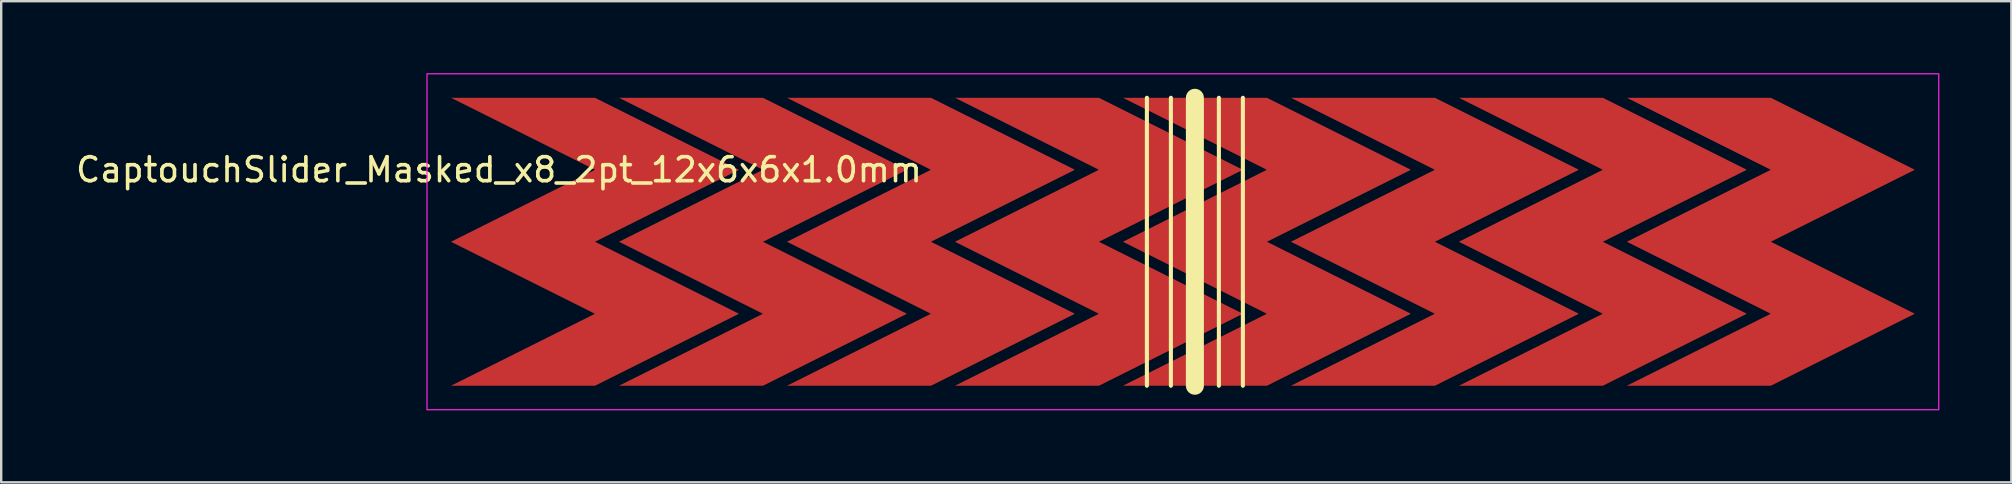
<source format=kicad_pcb>
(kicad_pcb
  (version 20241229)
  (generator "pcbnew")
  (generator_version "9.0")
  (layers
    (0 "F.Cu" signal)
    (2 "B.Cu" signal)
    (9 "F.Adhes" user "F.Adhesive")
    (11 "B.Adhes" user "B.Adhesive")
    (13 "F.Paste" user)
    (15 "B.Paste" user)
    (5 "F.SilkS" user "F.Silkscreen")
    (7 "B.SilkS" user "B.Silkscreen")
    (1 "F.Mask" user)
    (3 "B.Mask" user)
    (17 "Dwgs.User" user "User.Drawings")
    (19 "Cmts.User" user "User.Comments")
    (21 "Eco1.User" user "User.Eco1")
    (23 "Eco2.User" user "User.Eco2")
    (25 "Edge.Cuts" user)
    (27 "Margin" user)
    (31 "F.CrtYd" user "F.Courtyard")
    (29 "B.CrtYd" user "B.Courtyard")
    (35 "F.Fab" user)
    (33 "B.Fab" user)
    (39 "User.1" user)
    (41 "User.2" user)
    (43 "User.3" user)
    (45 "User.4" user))
  (footprint "CaptouchSlider_Masked_x8_2pt_12x6x6x1.0mm"
    (layer "F.Cu")
    (at 15.744 9.025)
    (property "Reference" "CaptouchSlider_Masked_x8_2pt_12x6x6x1.0mm" (at 2 -5 0) (layer "F.SilkS") (effects (font (size 1 1) (thickness 0.15))))
    (attr exclude_from_pos_files exclude_from_bom)
    (fp_line (start 29 4) (end 29 -8) (stroke (width 0.17) (type solid)) (layer "F.SilkS"))
    (fp_line (start 30 4) (end 30 -8) (stroke (width 0.17) (type solid)) (layer "F.SilkS"))
    (fp_line (start 31 4) (end 31 -8) (stroke (width 0.75) (type solid)) (layer "F.SilkS"))
    (fp_line (start 32 4) (end 32 -8) (stroke (width 0.17) (type solid)) (layer "F.SilkS"))
    (fp_line (start 33 4) (end 33 -8) (stroke (width 0.17) (type solid)) (layer "F.SilkS"))
    (fp_rect (start -1 -9) (end 62 5) (stroke (width 0.05) (type solid)) (fill no) (layer "F.CrtYd"))
    (pad "1" smd custom (at 11.5 -2) (size 1.8 1.8) (layers "F.Cu") (options (anchor circle)) (primitives (gr_poly (pts (xy 7.5 -3) (xy 1.5 0) (xy 7.5 3) (xy 1.5 6) (xy -4.5 6) (xy 1.5 3) (xy -4.5 0) (xy 1.5 -3) (xy -4.5 -6) (xy 1.5 -6)) (width 0) (fill yes))))
    (pad "2" smd custom (at 18.5 -2) (size 1.8 1.8) (layers "F.Cu") (options (anchor circle)) (primitives (gr_poly (pts (xy 7.5 -3) (xy 1.5 0) (xy 7.5 3) (xy 1.5 6) (xy -4.5 6) (xy 1.5 3) (xy -4.5 0) (xy 1.5 -3) (xy -4.5 -6) (xy 1.5 -6)) (width 0) (fill yes))))
    (pad "3" smd custom (at 25.5 -2) (size 1.8 1.8) (layers "F.Cu") (options (anchor circle)) (primitives (gr_poly (pts (xy 7.5 -3) (xy 1.5 0) (xy 7.5 3) (xy 1.5 6) (xy -4.5 6) (xy 1.5 3) (xy -4.5 0) (xy 1.5 -3) (xy -4.5 -6) (xy 1.5 -6)) (width 0) (fill yes))))
    (pad "4" smd custom (at 32.5 -2) (size 1.8 1.8) (layers "F.Cu") (options (anchor circle)) (primitives (gr_poly (pts (xy 7.5 -3) (xy 1.5 0) (xy 7.5 3) (xy 1.5 6) (xy -4.5 6) (xy 1.5 3) (xy -4.5 0) (xy 1.5 -3) (xy -4.5 -6) (xy 1.5 -6)) (width 0) (fill yes))))
    (pad "5" smd custom (at 39.5 -2) (size 1.8 1.8) (layers "F.Cu") (options (anchor circle)) (primitives (gr_poly (pts (xy 7.5 -3) (xy 1.5 0) (xy 7.5 3) (xy 1.5 6) (xy -4.5 6) (xy 1.5 3) (xy -4.5 0) (xy 1.5 -3) (xy -4.5 -6) (xy 1.5 -6)) (width 0) (fill yes))))
    (pad "6" smd custom (at 46.5 -2) (size 1.8 1.8) (layers "F.Cu") (options (anchor circle)) (primitives (gr_poly (pts (xy 7.5 -3) (xy 1.5 0) (xy 7.5 3) (xy 1.5 6) (xy -4.5 6) (xy 1.5 3) (xy -4.5 0) (xy 1.5 -3) (xy -4.5 -6) (xy 1.5 -6)) (width 0) (fill yes))))
    (pad "7" smd custom (at 53.5 -2) (size 1.8 1.8) (layers "F.Cu") (options (anchor circle)) (primitives (gr_poly (pts (xy 7.5 -3) (xy 1.5 0) (xy 7.5 3) (xy 1.5 6) (xy -4.5 6) (xy 1.5 3) (xy -4.5 0) (xy 1.5 -3) (xy -4.5 -6) (xy 1.5 -6)) (width 0) (fill yes))))
    (pad "8" smd custom (at 4.5 -2) (size 1.8 1.8) (layers "F.Cu") (options (anchor circle)) (primitives (gr_poly (pts (xy 7.5 -3) (xy 1.5 0) (xy 7.5 3) (xy 1.5 6) (xy -4.5 6) (xy 1.5 3) (xy -4.5 0) (xy 1.5 -3) (xy -4.5 -6) (xy 1.5 -6)) (width 0) (fill yes))))
    (zone (net_name "") (layers "F.Cu" "B.Cu") (hatch edge 0.508) (connect_pads) (min_thickness 0.254) (filled_areas_thickness no) (keepout (tracks not_allowed) (vias not_allowed) (pads not_allowed) (copperpour not_allowed) (footprints not_allowed)) (placement (enabled no)) (fill) (polygon (pts (xy 21.744 4.025) (xy 15.744 7.025) (xy 21.744 10.025) (xy 15.744 13.025) (xy 14.744 13.025) (xy 20.744 10.025) (xy 14.744 7.025) (xy 20.744 4.025) (xy 14.744 1.025) (xy 15.744 1.025))))
    (zone (net_name "") (layers "F.Cu" "B.Cu") (hatch edge 0.508) (connect_pads) (min_thickness 0.254) (filled_areas_thickness no) (keepout (tracks not_allowed) (vias not_allowed) (pads not_allowed) (copperpour not_allowed) (footprints not_allowed)) (placement (enabled no)) (fill) (polygon (pts (xy 28.744 4.025) (xy 22.744 7.025) (xy 28.744 10.025) (xy 22.744 13.025) (xy 21.744 13.025) (xy 27.744 10.025) (xy 21.744 7.025) (xy 27.744 4.025) (xy 21.744 1.025) (xy 22.744 1.025))))
    (zone (net_name "") (layers "F.Cu" "B.Cu") (hatch edge 0.508) (connect_pads) (min_thickness 0.254) (filled_areas_thickness no) (keepout (tracks not_allowed) (vias not_allowed) (pads not_allowed) (copperpour not_allowed) (footprints not_allowed)) (placement (enabled no)) (fill) (polygon (pts (xy 35.744 4.025) (xy 29.744 7.025) (xy 35.744 10.025) (xy 29.744 13.025) (xy 28.744 13.025) (xy 34.744 10.025) (xy 28.744 7.025) (xy 34.744 4.025) (xy 28.744 1.025) (xy 29.744 1.025))))
    (zone (net_name "") (layers "F.Cu" "B.Cu") (hatch edge 0.508) (connect_pads) (min_thickness 0.254) (filled_areas_thickness no) (keepout (tracks not_allowed) (vias not_allowed) (pads not_allowed) (copperpour not_allowed) (footprints not_allowed)) (placement (enabled no)) (fill) (polygon (pts (xy 42.744 4.025) (xy 36.744 7.025) (xy 42.744 10.025) (xy 36.744 13.025) (xy 35.744 13.025) (xy 41.744 10.025) (xy 35.744 7.025) (xy 41.744 4.025) (xy 35.744 1.025) (xy 36.744 1.025))))
    (zone (net_name "") (layers "F.Cu" "B.Cu") (hatch edge 0.508) (connect_pads) (min_thickness 0.254) (filled_areas_thickness no) (keepout (tracks not_allowed) (vias not_allowed) (pads not_allowed) (copperpour not_allowed) (footprints not_allowed)) (placement (enabled no)) (fill) (polygon (pts (xy 49.744 4.025) (xy 43.744 7.025) (xy 49.744 10.025) (xy 43.744 13.025) (xy 42.744 13.025) (xy 48.744 10.025) (xy 42.744 7.025) (xy 48.744 4.025) (xy 42.744 1.025) (xy 43.744 1.025))))
    (zone (net_name "") (layers "F.Cu" "B.Cu") (hatch edge 0.508) (connect_pads) (min_thickness 0.254) (filled_areas_thickness no) (keepout (tracks not_allowed) (vias not_allowed) (pads not_allowed) (copperpour not_allowed) (footprints not_allowed)) (placement (enabled no)) (fill) (polygon (pts (xy 56.744 4.025) (xy 50.744 7.025) (xy 56.744 10.025) (xy 50.744 13.025) (xy 49.744 13.025) (xy 55.744 10.025) (xy 49.744 7.025) (xy 55.744 4.025) (xy 49.744 1.025) (xy 50.744 1.025))))
    (zone (net_name "") (layers "F.Cu" "B.Cu") (hatch edge 0.508) (connect_pads) (min_thickness 0.254) (filled_areas_thickness no) (keepout (tracks not_allowed) (vias not_allowed) (pads not_allowed) (copperpour not_allowed) (footprints not_allowed)) (placement (enabled no)) (fill) (polygon (pts (xy 63.744 4.025) (xy 57.744 7.025) (xy 63.744 10.025) (xy 57.744 13.025) (xy 56.744 13.025) (xy 62.744 10.025) (xy 56.744 7.025) (xy 62.744 4.025) (xy 56.744 1.025) (xy 57.744 1.025))))
    (zone (net_name "") (layers "F.Cu" "B.Cu") (hatch edge 0.508) (connect_pads) (min_thickness 0.254) (filled_areas_thickness no) (keepout (tracks not_allowed) (vias not_allowed) (pads not_allowed) (copperpour not_allowed) (footprints not_allowed)) (placement (enabled no)) (fill) (polygon (pts (xy 70.744 4.025) (xy 64.744 7.025) (xy 70.744 10.025) (xy 64.744 13.025) (xy 63.744 13.025) (xy 69.744 10.025) (xy 63.744 7.025) (xy 69.744 4.025) (xy 63.744 1.025) (xy 64.744 1.025))))
    (zone (net_name "") (layers "F.Cu" "B.Cu") (hatch edge 0.508) (connect_pads) (min_thickness 0.254) (filled_areas_thickness no) (keepout (tracks not_allowed) (vias not_allowed) (pads not_allowed) (copperpour not_allowed) (footprints not_allowed)) (placement (enabled no)) (fill) (polygon (pts (xy 77.744 4.025) (xy 71.744 7.025) (xy 77.744 10.025) (xy 71.744 13.025) (xy 70.744 13.025) (xy 76.744 10.025) (xy 70.744 7.025) (xy 76.744 4.025) (xy 70.744 1.025) (xy 71.744 1.025)))))
  (gr_rect
    (start -3 -3)
    (end 80.769 17.05)
    (stroke (width 0.1) (type default))
    (fill no)
    (layer "Edge.Cuts")))
</source>
